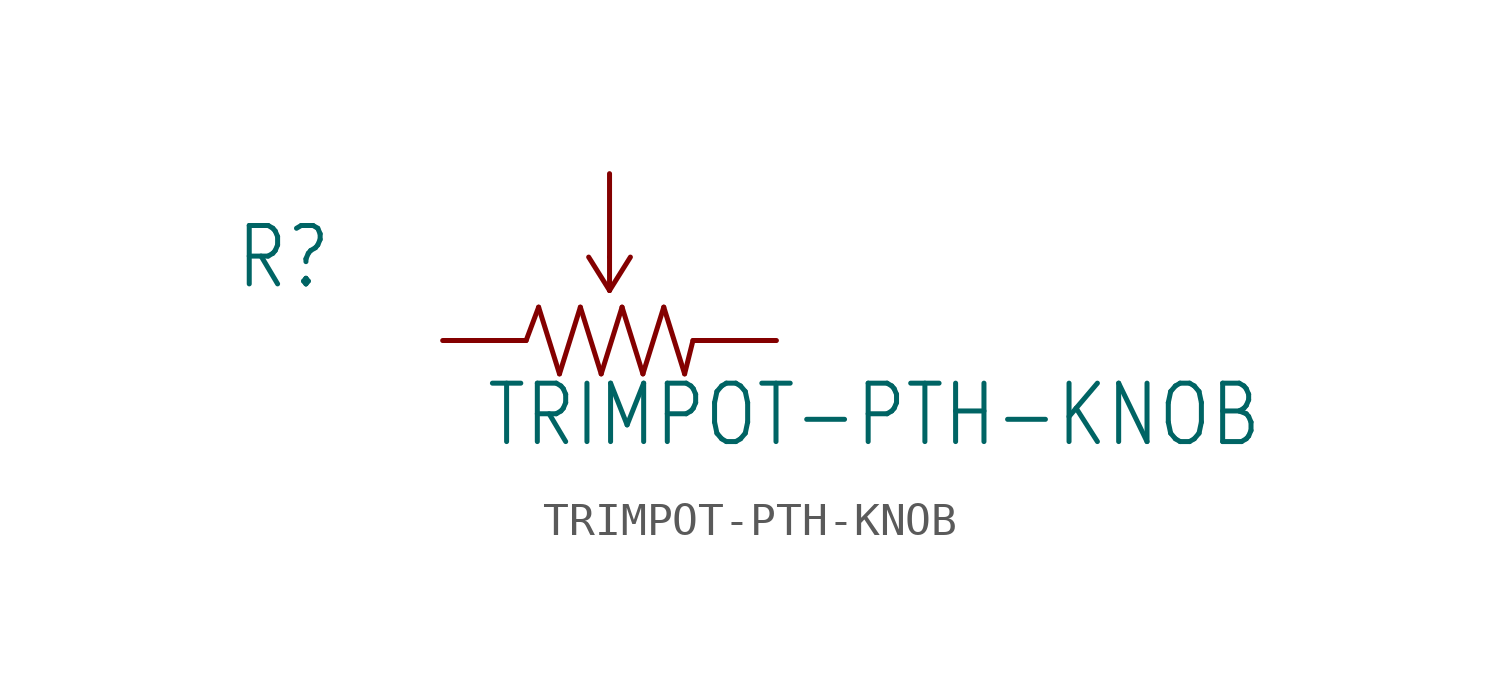
<source format=kicad_sym>
(kicad_symbol_lib
  (version 20211014)
  (generator kicad_symbol_editor)
  (symbol "TRIMPOT-PTH-KNOB"
    (property "Reference" "R"
      (at -11.43 1.499 0)
      (effects (font (size 1.778 1.511)) (justify left bottom)))
    (property "Value" "TRIMPOT-PTH-KNOB"
      (at -3.81 -3.302 0)
      (effects (font (size 1.778 1.511)) (justify left bottom)))
    (property "ki_locked" ""
      (at 0 0 0)
      (effects (font (size 1.27 1.27))))
    (symbol "TRIMPOT-PTH-KNOB_1_0"
      (polyline (pts (xy -2.54 0) (xy -2.159 1.016)) (stroke (width 0.152) (type default) (color 0 0 0 0)) (fill (type none)))
      (polyline (pts (xy -2.159 1.016) (xy -1.524 -1.016)) (stroke (width 0.152) (type default) (color 0 0 0 0)) (fill (type none)))
      (polyline (pts (xy -1.524 -1.016) (xy -0.889 1.016)) (stroke (width 0.152) (type default) (color 0 0 0 0)) (fill (type none)))
      (polyline (pts (xy -0.889 1.016) (xy -0.254 -1.016)) (stroke (width 0.152) (type default) (color 0 0 0 0)) (fill (type none)))
      (polyline (pts (xy -0.635 2.54) (xy 0 1.524)) (stroke (width 0.152) (type default) (color 0 0 0 0)) (fill (type none)))
      (polyline (pts (xy -0.254 -1.016) (xy 0.381 1.016)) (stroke (width 0.152) (type default) (color 0 0 0 0)) (fill (type none)))
      (polyline (pts (xy 0 1.524) (xy 0.635 2.54)) (stroke (width 0.152) (type default) (color 0 0 0 0)) (fill (type none)))
      (polyline (pts (xy 0 2.54) (xy 0 1.524)) (stroke (width 0.152) (type default) (color 0 0 0 0)) (fill (type none)))
      (polyline (pts (xy 0.381 1.016) (xy 1.016 -1.016)) (stroke (width 0.152) (type default) (color 0 0 0 0)) (fill (type none)))
      (polyline (pts (xy 1.016 -1.016) (xy 1.651 1.016)) (stroke (width 0.152) (type default) (color 0 0 0 0)) (fill (type none)))
      (polyline (pts (xy 1.651 1.016) (xy 2.286 -1.016)) (stroke (width 0.152) (type default) (color 0 0 0 0)) (fill (type none)))
      (polyline (pts (xy 2.286 -1.016) (xy 2.54 0)) (stroke (width 0.152) (type default) (color 0 0 0 0)) (fill (type none)))
      (pin passive line (at -5.08 0 0) (length 2.54) (name "CCW" (effects (font (size 0 0)))) (number "1" (effects (font (size 0 0)))))
      (pin passive line (at 0 5.08 270) (length 2.54) (name "WIPER" (effects (font (size 0 0)))) (number "2" (effects (font (size 0 0)))))
      (pin passive line (at 5.08 0 180) (length 2.54) (name "CW" (effects (font (size 0 0)))) (number "3" (effects (font (size 0 0))))))))
</source>
